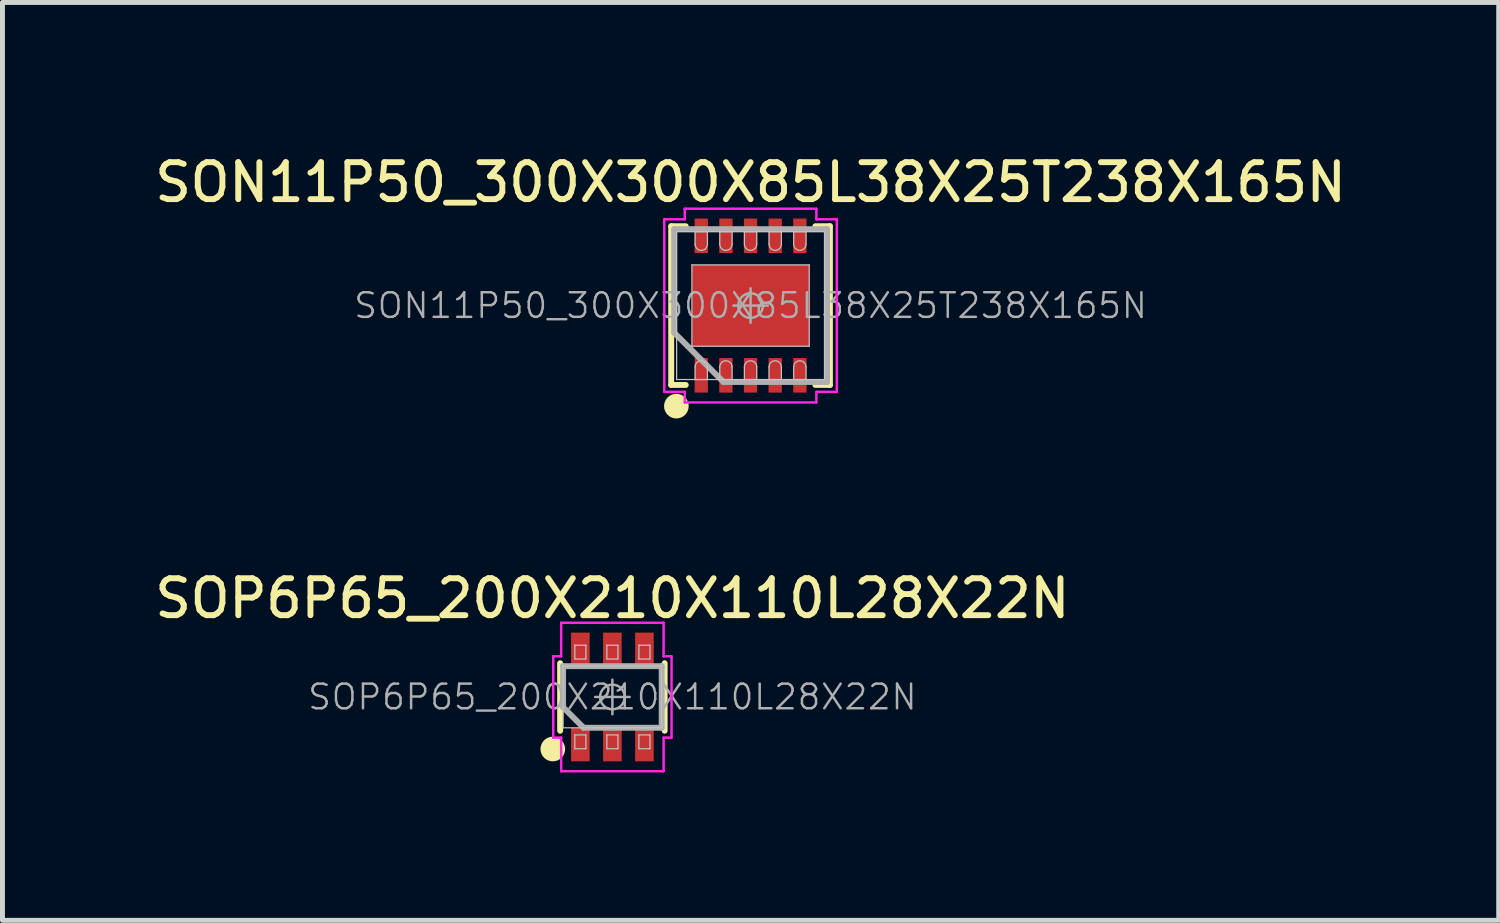
<source format=kicad_pcb>
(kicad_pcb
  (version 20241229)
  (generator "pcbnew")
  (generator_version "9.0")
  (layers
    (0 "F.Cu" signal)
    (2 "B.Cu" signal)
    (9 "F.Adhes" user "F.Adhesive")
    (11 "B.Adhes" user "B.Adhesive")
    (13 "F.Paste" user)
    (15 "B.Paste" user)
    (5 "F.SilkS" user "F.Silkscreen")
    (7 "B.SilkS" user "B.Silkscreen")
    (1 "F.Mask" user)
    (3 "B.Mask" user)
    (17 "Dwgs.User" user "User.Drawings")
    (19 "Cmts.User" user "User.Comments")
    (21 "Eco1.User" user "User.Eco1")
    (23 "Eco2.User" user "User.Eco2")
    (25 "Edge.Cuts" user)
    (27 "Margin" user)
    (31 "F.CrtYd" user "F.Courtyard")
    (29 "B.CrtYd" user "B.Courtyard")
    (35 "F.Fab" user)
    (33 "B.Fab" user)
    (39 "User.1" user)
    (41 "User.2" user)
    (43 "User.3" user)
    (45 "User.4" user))
  (footprint "SON11P50_300X300X85L38X25T238X165N"
    (layer "F.Cu")
    (at 12.176 3.149)
    (property "Reference" "SON11P50_300X300X85L38X25T238X165N" (at 0 -2.5 0) (layer "F.SilkS") (effects (font (size 0.75 0.75) (thickness 0.12))))
    (attr smd)
    (fp_line (start -1.61 -1.61) (end -1.315 -1.61) (stroke (width 0.12) (type solid)) (layer "F.SilkS"))
    (fp_line (start -1.61 1.61) (end -1.61 -1.61) (stroke (width 0.12) (type solid)) (layer "F.SilkS"))
    (fp_line (start -1.315 1.61) (end -1.61 1.61) (stroke (width 0.12) (type solid)) (layer "F.SilkS"))
    (fp_line (start 1.315 1.61) (end 1.61 1.61) (stroke (width 0.12) (type solid)) (layer "F.SilkS"))
    (fp_line (start 1.61 -1.61) (end 1.315 -1.61) (stroke (width 0.12) (type solid)) (layer "F.SilkS"))
    (fp_line (start 1.61 1.61) (end 1.61 -1.61) (stroke (width 0.12) (type solid)) (layer "F.SilkS"))
    (fp_circle (center -1.505 2.04) (end -1.505 2.165) (stroke (width 0.25) (type solid)) (fill no) (layer "F.SilkS"))
    (fp_line (start -1.5 -1.5) (end 1.5 -1.5) (stroke (width 0.025) (type solid)) (layer "Dwgs.User"))
    (fp_line (start -1.5 1.5) (end -1.5 -1.5) (stroke (width 0.025) (type solid)) (layer "Dwgs.User"))
    (fp_line (start -1.19 -0.825) (end 1.19 -0.825) (stroke (width 0.025) (type solid)) (layer "Dwgs.User"))
    (fp_line (start -1.19 0.825) (end -1.19 -0.825) (stroke (width 0.025) (type solid)) (layer "Dwgs.User"))
    (fp_line (start -1.125 -1.5) (end -1.125 -1.245) (stroke (width 0.025) (type solid)) (layer "Dwgs.User"))
    (fp_line (start -1.125 1.245) (end -1.125 1.5) (stroke (width 0.025) (type solid)) (layer "Dwgs.User"))
    (fp_line (start -1.125 1.5) (end -0.875 1.5) (stroke (width 0.025) (type solid)) (layer "Dwgs.User"))
    (fp_line (start -0.875 -1.5) (end -1.125 -1.5) (stroke (width 0.025) (type solid)) (layer "Dwgs.User"))
    (fp_line (start -0.875 -1.245) (end -0.875 -1.5) (stroke (width 0.025) (type solid)) (layer "Dwgs.User"))
    (fp_line (start -0.875 1.5) (end -0.875 1.245) (stroke (width 0.025) (type solid)) (layer "Dwgs.User"))
    (fp_line (start -0.625 -1.5) (end -0.625 -1.245) (stroke (width 0.025) (type solid)) (layer "Dwgs.User"))
    (fp_line (start -0.625 1.245) (end -0.625 1.5) (stroke (width 0.025) (type solid)) (layer "Dwgs.User"))
    (fp_line (start -0.625 1.5) (end -0.375 1.5) (stroke (width 0.025) (type solid)) (layer "Dwgs.User"))
    (fp_line (start -0.375 -1.5) (end -0.625 -1.5) (stroke (width 0.025) (type solid)) (layer "Dwgs.User"))
    (fp_line (start -0.375 -1.245) (end -0.375 -1.5) (stroke (width 0.025) (type solid)) (layer "Dwgs.User"))
    (fp_line (start -0.375 1.5) (end -0.375 1.245) (stroke (width 0.025) (type solid)) (layer "Dwgs.User"))
    (fp_line (start -0.125 -1.5) (end -0.125 -1.245) (stroke (width 0.025) (type solid)) (layer "Dwgs.User"))
    (fp_line (start -0.125 1.245) (end -0.125 1.5) (stroke (width 0.025) (type solid)) (layer "Dwgs.User"))
    (fp_line (start -0.125 1.5) (end 0.125 1.5) (stroke (width 0.025) (type solid)) (layer "Dwgs.User"))
    (fp_line (start 0.125 -1.5) (end -0.125 -1.5) (stroke (width 0.025) (type solid)) (layer "Dwgs.User"))
    (fp_line (start 0.125 -1.245) (end 0.125 -1.5) (stroke (width 0.025) (type solid)) (layer "Dwgs.User"))
    (fp_line (start 0.125 1.5) (end 0.125 1.245) (stroke (width 0.025) (type solid)) (layer "Dwgs.User"))
    (fp_line (start 0.375 -1.5) (end 0.375 -1.245) (stroke (width 0.025) (type solid)) (layer "Dwgs.User"))
    (fp_line (start 0.375 1.245) (end 0.375 1.5) (stroke (width 0.025) (type solid)) (layer "Dwgs.User"))
    (fp_line (start 0.375 1.5) (end 0.625 1.5) (stroke (width 0.025) (type solid)) (layer "Dwgs.User"))
    (fp_line (start 0.625 -1.5) (end 0.375 -1.5) (stroke (width 0.025) (type solid)) (layer "Dwgs.User"))
    (fp_line (start 0.625 -1.245) (end 0.625 -1.5) (stroke (width 0.025) (type solid)) (layer "Dwgs.User"))
    (fp_line (start 0.625 1.5) (end 0.625 1.245) (stroke (width 0.025) (type solid)) (layer "Dwgs.User"))
    (fp_line (start 0.875 -1.5) (end 0.875 -1.245) (stroke (width 0.025) (type solid)) (layer "Dwgs.User"))
    (fp_line (start 0.875 1.245) (end 0.875 1.5) (stroke (width 0.025) (type solid)) (layer "Dwgs.User"))
    (fp_line (start 0.875 1.5) (end 1.125 1.5) (stroke (width 0.025) (type solid)) (layer "Dwgs.User"))
    (fp_line (start 1.125 -1.5) (end 0.875 -1.5) (stroke (width 0.025) (type solid)) (layer "Dwgs.User"))
    (fp_line (start 1.125 -1.245) (end 1.125 -1.5) (stroke (width 0.025) (type solid)) (layer "Dwgs.User"))
    (fp_line (start 1.125 1.5) (end 1.125 1.245) (stroke (width 0.025) (type solid)) (layer "Dwgs.User"))
    (fp_line (start 1.19 -0.825) (end 1.19 0.825) (stroke (width 0.025) (type solid)) (layer "Dwgs.User"))
    (fp_line (start 1.19 0.825) (end -1.19 0.825) (stroke (width 0.025) (type solid)) (layer "Dwgs.User"))
    (fp_line (start 1.5 -1.5) (end 1.5 1.5) (stroke (width 0.025) (type solid)) (layer "Dwgs.User"))
    (fp_line (start 1.5 1.5) (end -1.5 1.5) (stroke (width 0.025) (type solid)) (layer "Dwgs.User"))
    (fp_arc (start -1.125 1.245) (mid -1 1.12) (end -0.875 1.245) (stroke (width 0.025) (type solid)) (layer "Dwgs.User"))
    (fp_arc (start -0.875 -1.245) (mid -1 -1.12) (end -1.125 -1.245) (stroke (width 0.025) (type solid)) (layer "Dwgs.User"))
    (fp_arc (start -0.625 1.245) (mid -0.5 1.12) (end -0.375 1.245) (stroke (width 0.025) (type solid)) (layer "Dwgs.User"))
    (fp_arc (start -0.375 -1.245) (mid -0.5 -1.12) (end -0.625 -1.245) (stroke (width 0.025) (type solid)) (layer "Dwgs.User"))
    (fp_arc (start -0.125 1.245) (mid 0 1.12) (end 0.125 1.245) (stroke (width 0.025) (type solid)) (layer "Dwgs.User"))
    (fp_arc (start 0.125 -1.245) (mid 0 -1.12) (end -0.125 -1.245) (stroke (width 0.025) (type solid)) (layer "Dwgs.User"))
    (fp_arc (start 0.375 1.245) (mid 0.5 1.12) (end 0.625 1.245) (stroke (width 0.025) (type solid)) (layer "Dwgs.User"))
    (fp_arc (start 0.625 -1.245) (mid 0.5 -1.12) (end 0.375 -1.245) (stroke (width 0.025) (type solid)) (layer "Dwgs.User"))
    (fp_arc (start 0.875 1.245) (mid 1 1.12) (end 1.125 1.245) (stroke (width 0.025) (type solid)) (layer "Dwgs.User"))
    (fp_arc (start 1.125 -1.245) (mid 1 -1.12) (end 0.875 -1.245) (stroke (width 0.025) (type solid)) (layer "Dwgs.User"))
    (fp_line (start -1.75 -1.75) (end -1.75 1.75) (stroke (width 0.05) (type solid)) (layer "F.CrtYd"))
    (fp_line (start -1.75 1.75) (end -1.335 1.75) (stroke (width 0.05) (type solid)) (layer "F.CrtYd"))
    (fp_line (start -1.335 -1.965) (end -1.335 -1.75) (stroke (width 0.05) (type solid)) (layer "F.CrtYd"))
    (fp_line (start -1.335 -1.75) (end -1.75 -1.75) (stroke (width 0.05) (type solid)) (layer "F.CrtYd"))
    (fp_line (start -1.335 1.75) (end -1.335 1.965) (stroke (width 0.05) (type solid)) (layer "F.CrtYd"))
    (fp_line (start -1.335 1.965) (end 1.335 1.965) (stroke (width 0.05) (type solid)) (layer "F.CrtYd"))
    (fp_line (start 1.335 -1.965) (end -1.335 -1.965) (stroke (width 0.05) (type solid)) (layer "F.CrtYd"))
    (fp_line (start 1.335 -1.75) (end 1.335 -1.965) (stroke (width 0.05) (type solid)) (layer "F.CrtYd"))
    (fp_line (start 1.335 1.75) (end 1.75 1.75) (stroke (width 0.05) (type solid)) (layer "F.CrtYd"))
    (fp_line (start 1.335 1.965) (end 1.335 1.75) (stroke (width 0.05) (type solid)) (layer "F.CrtYd"))
    (fp_line (start 1.75 -1.75) (end 1.335 -1.75) (stroke (width 0.05) (type solid)) (layer "F.CrtYd"))
    (fp_line (start 1.75 1.75) (end 1.75 -1.75) (stroke (width 0.05) (type solid)) (layer "F.CrtYd"))
    (fp_line (start -1.55 -1.55) (end 1.55 -1.55) (stroke (width 0.12) (type solid)) (layer "F.Fab"))
    (fp_line (start -1.55 0.55) (end -1.55 -1.55) (stroke (width 0.12) (type solid)) (layer "F.Fab"))
    (fp_line (start -0.55 1.55) (end -1.55 0.55) (stroke (width 0.12) (type solid)) (layer "F.Fab"))
    (fp_line (start -0.35 0) (end 0.35 0) (stroke (width 0.05) (type solid)) (layer "F.Fab"))
    (fp_line (start 0 -0.35) (end 0 0.35) (stroke (width 0.05) (type solid)) (layer "F.Fab"))
    (fp_line (start 1.55 -1.55) (end 1.55 1.55) (stroke (width 0.12) (type solid)) (layer "F.Fab"))
    (fp_line (start 1.55 1.55) (end -0.55 1.55) (stroke (width 0.12) (type solid)) (layer "F.Fab"))
    (fp_circle (center 0 0) (end 0.25 0) (stroke (width 0.05) (type solid)) (fill no) (layer "F.Fab"))
    (fp_text user "${REFERENCE}" (at 0 0 0) (layer "F.Fab") (effects (font (size 0.5 0.5) (thickness 0.05))))
    (pad "" smd rect (at -0.595 -0.413 90) (size 0.606 0.972) (layers "F.Paste"))
    (pad "" smd rect (at -0.595 0.412 90) (size 0.606 0.972) (layers "F.Paste"))
    (pad "" smd rect (at 0.595 -0.412 90) (size 0.606 0.972) (layers "F.Paste"))
    (pad "" smd rect (at 0.595 0.413 90) (size 0.606 0.972) (layers "F.Paste"))
    (pad "1" smd rect (at -1 1.415 90) (size 0.7 0.27) (layers "F.Cu" "F.Mask" "F.Paste"))
    (pad "2" smd rect (at -0.5 1.415 90) (size 0.7 0.27) (layers "F.Cu" "F.Mask" "F.Paste"))
    (pad "3" smd rect (at 0 1.415 90) (size 0.7 0.27) (layers "F.Cu" "F.Mask" "F.Paste"))
    (pad "4" smd rect (at 0.5 1.415 90) (size 0.7 0.27) (layers "F.Cu" "F.Mask" "F.Paste"))
    (pad "5" smd rect (at 1 1.415 90) (size 0.7 0.27) (layers "F.Cu" "F.Mask" "F.Paste"))
    (pad "6" smd rect (at 1 -1.415 90) (size 0.7 0.27) (layers "F.Cu" "F.Mask" "F.Paste"))
    (pad "7" smd rect (at 0.5 -1.415 90) (size 0.7 0.27) (layers "F.Cu" "F.Mask" "F.Paste"))
    (pad "8" smd rect (at 0 -1.415 90) (size 0.7 0.27) (layers "F.Cu" "F.Mask" "F.Paste"))
    (pad "9" smd rect (at -0.5 -1.415 90) (size 0.7 0.27) (layers "F.Cu" "F.Mask" "F.Paste"))
    (pad "10" smd rect (at -1 -1.415 90) (size 0.7 0.27) (layers "F.Cu" "F.Mask" "F.Paste"))
    (pad "11" smd rect (at 0 0 90) (size 1.65 2.38) (layers "F.Cu" "F.Mask")))
  (footprint "SOP6P65_200X210X110L28X22N"
    (layer "F.Cu")
    (at 9.373 11.089)
    (property "Reference" "SOP6P65_200X210X110L28X22N" (at 0 -2 0) (layer "F.SilkS") (effects (font (size 0.75 0.75) (thickness 0.12))))
    (attr smd)
    (fp_line (start -1.06 0.685) (end -1.06 -0.685) (stroke (width 0.12) (type solid)) (layer "F.SilkS"))
    (fp_line (start 1.06 0.685) (end 1.06 -0.685) (stroke (width 0.12) (type solid)) (layer "F.SilkS"))
    (fp_circle (center -1.209 1.056) (end -1.209 1.181) (stroke (width 0.25) (type solid)) (fill no) (layer "F.SilkS"))
    (fp_line (start -1 -0.625) (end 1 -0.625) (stroke (width 0.025) (type solid)) (layer "Dwgs.User"))
    (fp_line (start -1 0.625) (end -1 -0.625) (stroke (width 0.025) (type solid)) (layer "Dwgs.User"))
    (fp_line (start -0.762 -1.05) (end -0.538 -1.05) (stroke (width 0.025) (type solid)) (layer "Dwgs.User"))
    (fp_line (start -0.762 -0.77) (end -0.762 -1.05) (stroke (width 0.025) (type solid)) (layer "Dwgs.User"))
    (fp_line (start -0.762 0.77) (end -0.538 0.77) (stroke (width 0.025) (type solid)) (layer "Dwgs.User"))
    (fp_line (start -0.762 1.05) (end -0.762 0.77) (stroke (width 0.025) (type solid)) (layer "Dwgs.User"))
    (fp_line (start -0.538 -1.05) (end -0.538 -0.77) (stroke (width 0.025) (type solid)) (layer "Dwgs.User"))
    (fp_line (start -0.538 -0.77) (end -0.762 -0.77) (stroke (width 0.025) (type solid)) (layer "Dwgs.User"))
    (fp_line (start -0.538 0.77) (end -0.538 1.05) (stroke (width 0.025) (type solid)) (layer "Dwgs.User"))
    (fp_line (start -0.538 1.05) (end -0.762 1.05) (stroke (width 0.025) (type solid)) (layer "Dwgs.User"))
    (fp_line (start -0.112 -1.05) (end 0.112 -1.05) (stroke (width 0.025) (type solid)) (layer "Dwgs.User"))
    (fp_line (start -0.112 -0.77) (end -0.112 -1.05) (stroke (width 0.025) (type solid)) (layer "Dwgs.User"))
    (fp_line (start -0.112 0.77) (end 0.112 0.77) (stroke (width 0.025) (type solid)) (layer "Dwgs.User"))
    (fp_line (start -0.112 1.05) (end -0.112 0.77) (stroke (width 0.025) (type solid)) (layer "Dwgs.User"))
    (fp_line (start 0.112 -1.05) (end 0.112 -0.77) (stroke (width 0.025) (type solid)) (layer "Dwgs.User"))
    (fp_line (start 0.112 -0.77) (end -0.112 -0.77) (stroke (width 0.025) (type solid)) (layer "Dwgs.User"))
    (fp_line (start 0.112 0.77) (end 0.112 1.05) (stroke (width 0.025) (type solid)) (layer "Dwgs.User"))
    (fp_line (start 0.112 1.05) (end -0.112 1.05) (stroke (width 0.025) (type solid)) (layer "Dwgs.User"))
    (fp_line (start 0.538 -1.05) (end 0.762 -1.05) (stroke (width 0.025) (type solid)) (layer "Dwgs.User"))
    (fp_line (start 0.538 -0.77) (end 0.538 -1.05) (stroke (width 0.025) (type solid)) (layer "Dwgs.User"))
    (fp_line (start 0.538 0.77) (end 0.762 0.77) (stroke (width 0.025) (type solid)) (layer "Dwgs.User"))
    (fp_line (start 0.538 1.05) (end 0.538 0.77) (stroke (width 0.025) (type solid)) (layer "Dwgs.User"))
    (fp_line (start 0.762 -1.05) (end 0.762 -0.77) (stroke (width 0.025) (type solid)) (layer "Dwgs.User"))
    (fp_line (start 0.762 -0.77) (end 0.538 -0.77) (stroke (width 0.025) (type solid)) (layer "Dwgs.User"))
    (fp_line (start 0.762 0.77) (end 0.762 1.05) (stroke (width 0.025) (type solid)) (layer "Dwgs.User"))
    (fp_line (start 0.762 1.05) (end 0.538 1.05) (stroke (width 0.025) (type solid)) (layer "Dwgs.User"))
    (fp_line (start 1 -0.625) (end 1 0.625) (stroke (width 0.025) (type solid)) (layer "Dwgs.User"))
    (fp_line (start 1 0.625) (end -1 0.625) (stroke (width 0.025) (type solid)) (layer "Dwgs.User"))
    (fp_line (start -1.2 -0.825) (end -1.2 0.825) (stroke (width 0.05) (type solid)) (layer "F.CrtYd"))
    (fp_line (start -1.2 0.825) (end -1.039 0.825) (stroke (width 0.05) (type solid)) (layer "F.CrtYd"))
    (fp_line (start -1.039 -1.506) (end -1.039 -0.825) (stroke (width 0.05) (type solid)) (layer "F.CrtYd"))
    (fp_line (start -1.039 -0.825) (end -1.2 -0.825) (stroke (width 0.05) (type solid)) (layer "F.CrtYd"))
    (fp_line (start -1.039 0.825) (end -1.039 1.506) (stroke (width 0.05) (type solid)) (layer "F.CrtYd"))
    (fp_line (start -1.039 1.506) (end 1.039 1.506) (stroke (width 0.05) (type solid)) (layer "F.CrtYd"))
    (fp_line (start 1.039 -1.506) (end -1.039 -1.506) (stroke (width 0.05) (type solid)) (layer "F.CrtYd"))
    (fp_line (start 1.039 -0.825) (end 1.039 -1.506) (stroke (width 0.05) (type solid)) (layer "F.CrtYd"))
    (fp_line (start 1.039 0.825) (end 1.2 0.825) (stroke (width 0.05) (type solid)) (layer "F.CrtYd"))
    (fp_line (start 1.039 1.506) (end 1.039 0.825) (stroke (width 0.05) (type solid)) (layer "F.CrtYd"))
    (fp_line (start 1.2 -0.825) (end 1.039 -0.825) (stroke (width 0.05) (type solid)) (layer "F.CrtYd"))
    (fp_line (start 1.2 0.825) (end 1.2 -0.825) (stroke (width 0.05) (type solid)) (layer "F.CrtYd"))
    (fp_line (start -1 -0.625) (end 1 -0.625) (stroke (width 0.12) (type solid)) (layer "F.Fab"))
    (fp_line (start -1 0.208) (end -1 -0.625) (stroke (width 0.12) (type solid)) (layer "F.Fab"))
    (fp_line (start -0.583 0.625) (end -1 0.208) (stroke (width 0.12) (type solid)) (layer "F.Fab"))
    (fp_line (start -0.35 0) (end 0.35 0) (stroke (width 0.05) (type solid)) (layer "F.Fab"))
    (fp_line (start 0 -0.35) (end 0 0.35) (stroke (width 0.05) (type solid)) (layer "F.Fab"))
    (fp_line (start 1 -0.625) (end 1 0.625) (stroke (width 0.12) (type solid)) (layer "F.Fab"))
    (fp_line (start 1 0.625) (end -0.583 0.625) (stroke (width 0.12) (type solid)) (layer "F.Fab"))
    (fp_circle (center 0 0) (end 0.25 0) (stroke (width 0.05) (type solid)) (fill no) (layer "F.Fab"))
    (fp_text user "${REFERENCE}" (at 0 0 0) (layer "F.Fab") (effects (font (size 0.5 0.5) (thickness 0.05))))
    (pad "1" smd rect (at -0.65 0.965 90) (size 0.681 0.377) (layers "F.Cu" "F.Mask" "F.Paste"))
    (pad "2" smd rect (at 0 0.965 90) (size 0.681 0.377) (layers "F.Cu" "F.Mask" "F.Paste"))
    (pad "3" smd rect (at 0.65 0.965 90) (size 0.681 0.377) (layers "F.Cu" "F.Mask" "F.Paste"))
    (pad "4" smd rect (at 0.65 -0.965 90) (size 0.681 0.377) (layers "F.Cu" "F.Mask" "F.Paste"))
    (pad "5" smd rect (at 0 -0.965 90) (size 0.681 0.377) (layers "F.Cu" "F.Mask" "F.Paste"))
    (pad "6" smd rect (at -0.65 -0.965 90) (size 0.681 0.377) (layers "F.Cu" "F.Mask" "F.Paste")))
  (gr_rect
    (start -3 -3)
    (end 27.353 15.62)
    (stroke (width 0.1) (type default))
    (fill no)
    (layer "Edge.Cuts")))
</source>
